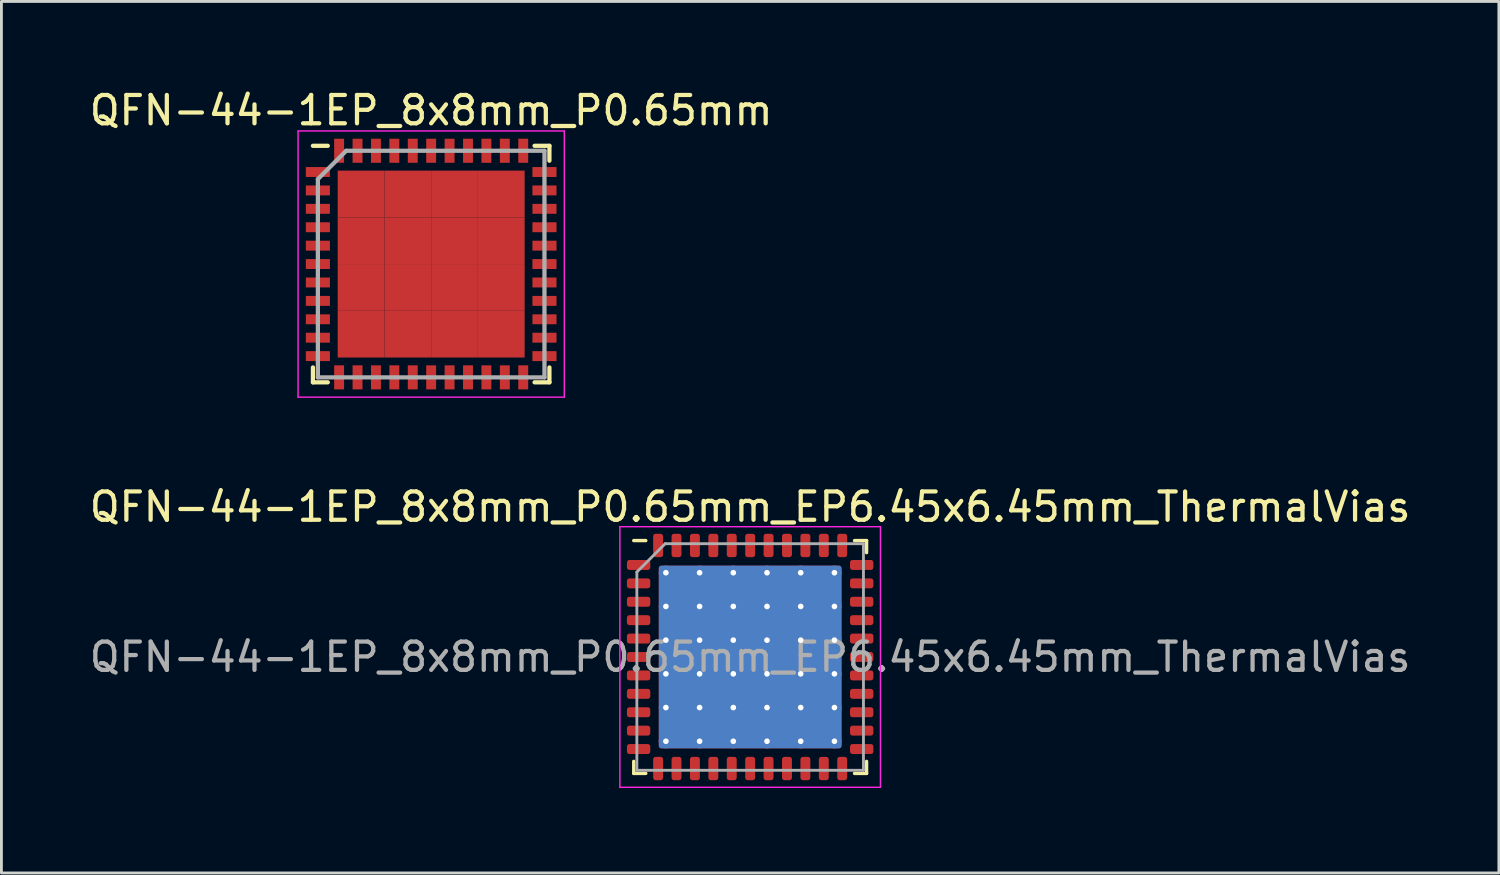
<source format=kicad_pcb>
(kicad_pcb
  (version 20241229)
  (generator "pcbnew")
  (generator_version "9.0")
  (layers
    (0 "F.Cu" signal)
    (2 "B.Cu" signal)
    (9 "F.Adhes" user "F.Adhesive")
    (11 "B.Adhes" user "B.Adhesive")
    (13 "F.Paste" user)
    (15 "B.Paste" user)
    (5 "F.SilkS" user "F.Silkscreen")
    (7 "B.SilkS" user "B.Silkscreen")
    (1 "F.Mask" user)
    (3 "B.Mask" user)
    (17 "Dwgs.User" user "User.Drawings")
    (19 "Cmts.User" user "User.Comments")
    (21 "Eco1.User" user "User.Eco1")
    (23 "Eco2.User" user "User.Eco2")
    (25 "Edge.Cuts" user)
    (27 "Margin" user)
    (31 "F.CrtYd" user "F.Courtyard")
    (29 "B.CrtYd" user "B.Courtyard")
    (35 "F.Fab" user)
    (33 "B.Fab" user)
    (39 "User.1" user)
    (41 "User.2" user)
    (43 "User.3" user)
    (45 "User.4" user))
  (footprint "QFN-44-1EP_8x8mm_P0.65mm"
    (layer "F.Cu")
    (at 12.173 6.273)
    (property "Reference" "QFN-44-1EP_8x8mm_P0.65mm" (at 0 -5.425 0) (layer "F.SilkS") (effects (font (size 1 1) (thickness 0.15))))
    (attr smd)
    (fp_line (start -4.175 -4.175) (end -3.65 -4.175) (stroke (width 0.15) (type solid)) (layer "F.SilkS"))
    (fp_line (start -4.175 4.175) (end -4.175 3.65) (stroke (width 0.15) (type solid)) (layer "F.SilkS"))
    (fp_line (start -4.175 4.175) (end -3.65 4.175) (stroke (width 0.15) (type solid)) (layer "F.SilkS"))
    (fp_line (start 4.175 -4.175) (end 3.65 -4.175) (stroke (width 0.15) (type solid)) (layer "F.SilkS"))
    (fp_line (start 4.175 -4.175) (end 4.175 -3.65) (stroke (width 0.15) (type solid)) (layer "F.SilkS"))
    (fp_line (start 4.175 4.175) (end 3.65 4.175) (stroke (width 0.15) (type solid)) (layer "F.SilkS"))
    (fp_line (start 4.175 4.175) (end 4.175 3.65) (stroke (width 0.15) (type solid)) (layer "F.SilkS"))
    (fp_line (start -4.7 -4.7) (end -4.7 4.7) (stroke (width 0.05) (type solid)) (layer "F.CrtYd"))
    (fp_line (start -4.7 -4.7) (end 4.7 -4.7) (stroke (width 0.05) (type solid)) (layer "F.CrtYd"))
    (fp_line (start -4.7 4.7) (end 4.7 4.7) (stroke (width 0.05) (type solid)) (layer "F.CrtYd"))
    (fp_line (start 4.7 -4.7) (end 4.7 4.7) (stroke (width 0.05) (type solid)) (layer "F.CrtYd"))
    (fp_line (start -4 -3) (end -3 -4) (stroke (width 0.15) (type solid)) (layer "F.Fab"))
    (fp_line (start -4 4) (end -4 -3) (stroke (width 0.15) (type solid)) (layer "F.Fab"))
    (fp_line (start -3 -4) (end 4 -4) (stroke (width 0.15) (type solid)) (layer "F.Fab"))
    (fp_line (start 4 -4) (end 4 4) (stroke (width 0.15) (type solid)) (layer "F.Fab"))
    (fp_line (start 4 4) (end -4 4) (stroke (width 0.15) (type solid)) (layer "F.Fab"))
    (pad "1" smd rect (at -4 -3.25) (size 0.85 0.35) (layers "F.Cu" "F.Mask" "F.Paste"))
    (pad "2" smd rect (at -4 -2.6) (size 0.85 0.35) (layers "F.Cu" "F.Mask" "F.Paste"))
    (pad "3" smd rect (at -4 -1.95) (size 0.85 0.35) (layers "F.Cu" "F.Mask" "F.Paste"))
    (pad "4" smd rect (at -4 -1.3) (size 0.85 0.35) (layers "F.Cu" "F.Mask" "F.Paste"))
    (pad "5" smd rect (at -4 -0.65) (size 0.85 0.35) (layers "F.Cu" "F.Mask" "F.Paste"))
    (pad "6" smd rect (at -4 0) (size 0.85 0.35) (layers "F.Cu" "F.Mask" "F.Paste"))
    (pad "7" smd rect (at -4 0.65) (size 0.85 0.35) (layers "F.Cu" "F.Mask" "F.Paste"))
    (pad "8" smd rect (at -4 1.3) (size 0.85 0.35) (layers "F.Cu" "F.Mask" "F.Paste"))
    (pad "9" smd rect (at -4 1.95) (size 0.85 0.35) (layers "F.Cu" "F.Mask" "F.Paste"))
    (pad "10" smd rect (at -4 2.6) (size 0.85 0.35) (layers "F.Cu" "F.Mask" "F.Paste"))
    (pad "11" smd rect (at -4 3.25) (size 0.85 0.35) (layers "F.Cu" "F.Mask" "F.Paste"))
    (pad "12" smd rect (at -3.25 4 90) (size 0.85 0.35) (layers "F.Cu" "F.Mask" "F.Paste"))
    (pad "13" smd rect (at -2.6 4 90) (size 0.85 0.35) (layers "F.Cu" "F.Mask" "F.Paste"))
    (pad "14" smd rect (at -1.95 4 90) (size 0.85 0.35) (layers "F.Cu" "F.Mask" "F.Paste"))
    (pad "15" smd rect (at -1.3 4 90) (size 0.85 0.35) (layers "F.Cu" "F.Mask" "F.Paste"))
    (pad "16" smd rect (at -0.65 4 90) (size 0.85 0.35) (layers "F.Cu" "F.Mask" "F.Paste"))
    (pad "17" smd rect (at 0 4 90) (size 0.85 0.35) (layers "F.Cu" "F.Mask" "F.Paste"))
    (pad "18" smd rect (at 0.65 4 90) (size 0.85 0.35) (layers "F.Cu" "F.Mask" "F.Paste"))
    (pad "19" smd rect (at 1.3 4 90) (size 0.85 0.35) (layers "F.Cu" "F.Mask" "F.Paste"))
    (pad "20" smd rect (at 1.95 4 90) (size 0.85 0.35) (layers "F.Cu" "F.Mask" "F.Paste"))
    (pad "21" smd rect (at 2.6 4 90) (size 0.85 0.35) (layers "F.Cu" "F.Mask" "F.Paste"))
    (pad "22" smd rect (at 3.25 4 90) (size 0.85 0.35) (layers "F.Cu" "F.Mask" "F.Paste"))
    (pad "23" smd rect (at 4 3.25) (size 0.85 0.35) (layers "F.Cu" "F.Mask" "F.Paste"))
    (pad "24" smd rect (at 4 2.6) (size 0.85 0.35) (layers "F.Cu" "F.Mask" "F.Paste"))
    (pad "25" smd rect (at 4 1.95) (size 0.85 0.35) (layers "F.Cu" "F.Mask" "F.Paste"))
    (pad "26" smd rect (at 4 1.3) (size 0.85 0.35) (layers "F.Cu" "F.Mask" "F.Paste"))
    (pad "27" smd rect (at 4 0.65) (size 0.85 0.35) (layers "F.Cu" "F.Mask" "F.Paste"))
    (pad "28" smd rect (at 4 0) (size 0.85 0.35) (layers "F.Cu" "F.Mask" "F.Paste"))
    (pad "29" smd rect (at 4 -0.65) (size 0.85 0.35) (layers "F.Cu" "F.Mask" "F.Paste"))
    (pad "30" smd rect (at 4 -1.3) (size 0.85 0.35) (layers "F.Cu" "F.Mask" "F.Paste"))
    (pad "31" smd rect (at 4 -1.95) (size 0.85 0.35) (layers "F.Cu" "F.Mask" "F.Paste"))
    (pad "32" smd rect (at 4 -2.6) (size 0.85 0.35) (layers "F.Cu" "F.Mask" "F.Paste"))
    (pad "33" smd rect (at 4 -3.25) (size 0.85 0.35) (layers "F.Cu" "F.Mask" "F.Paste"))
    (pad "34" smd rect (at 3.25 -4 90) (size 0.85 0.35) (layers "F.Cu" "F.Mask" "F.Paste"))
    (pad "35" smd rect (at 2.6 -4 90) (size 0.85 0.35) (layers "F.Cu" "F.Mask" "F.Paste"))
    (pad "36" smd rect (at 1.95 -4 90) (size 0.85 0.35) (layers "F.Cu" "F.Mask" "F.Paste"))
    (pad "37" smd rect (at 1.3 -4 90) (size 0.85 0.35) (layers "F.Cu" "F.Mask" "F.Paste"))
    (pad "38" smd rect (at 0.65 -4 90) (size 0.85 0.35) (layers "F.Cu" "F.Mask" "F.Paste"))
    (pad "39" smd rect (at 0 -4 90) (size 0.85 0.35) (layers "F.Cu" "F.Mask" "F.Paste"))
    (pad "40" smd rect (at -0.65 -4 90) (size 0.85 0.35) (layers "F.Cu" "F.Mask" "F.Paste"))
    (pad "41" smd rect (at -1.3 -4 90) (size 0.85 0.35) (layers "F.Cu" "F.Mask" "F.Paste"))
    (pad "42" smd rect (at -1.95 -4 90) (size 0.85 0.35) (layers "F.Cu" "F.Mask" "F.Paste"))
    (pad "43" smd rect (at -2.6 -4 90) (size 0.85 0.35) (layers "F.Cu" "F.Mask" "F.Paste"))
    (pad "44" smd rect (at -3.25 -4 90) (size 0.85 0.35) (layers "F.Cu" "F.Mask" "F.Paste"))
    (pad "45" smd rect (at -2.475 -2.475) (size 1.65 1.65) (layers "F.Cu" "F.Mask" "F.Paste"))
    (pad "45" smd rect (at -2.475 -0.825) (size 1.65 1.65) (layers "F.Cu" "F.Mask" "F.Paste"))
    (pad "45" smd rect (at -2.475 0.825) (size 1.65 1.65) (layers "F.Cu" "F.Mask" "F.Paste"))
    (pad "45" smd rect (at -2.475 2.475) (size 1.65 1.65) (layers "F.Cu" "F.Mask" "F.Paste"))
    (pad "45" smd rect (at -0.825 -2.475) (size 1.65 1.65) (layers "F.Cu" "F.Mask" "F.Paste"))
    (pad "45" smd rect (at -0.825 -0.825) (size 1.65 1.65) (layers "F.Cu" "F.Mask" "F.Paste"))
    (pad "45" smd rect (at -0.825 0.825) (size 1.65 1.65) (layers "F.Cu" "F.Mask" "F.Paste"))
    (pad "45" smd rect (at -0.825 2.475) (size 1.65 1.65) (layers "F.Cu" "F.Mask" "F.Paste"))
    (pad "45" smd rect (at 0.825 -2.475) (size 1.65 1.65) (layers "F.Cu" "F.Mask" "F.Paste"))
    (pad "45" smd rect (at 0.825 -0.825) (size 1.65 1.65) (layers "F.Cu" "F.Mask" "F.Paste"))
    (pad "45" smd rect (at 0.825 0.825) (size 1.65 1.65) (layers "F.Cu" "F.Mask" "F.Paste"))
    (pad "45" smd rect (at 0.825 2.475) (size 1.65 1.65) (layers "F.Cu" "F.Mask" "F.Paste"))
    (pad "45" smd rect (at 2.475 -2.475) (size 1.65 1.65) (layers "F.Cu" "F.Mask" "F.Paste"))
    (pad "45" smd rect (at 2.475 -0.825) (size 1.65 1.65) (layers "F.Cu" "F.Mask" "F.Paste"))
    (pad "45" smd rect (at 2.475 0.825) (size 1.65 1.65) (layers "F.Cu" "F.Mask" "F.Paste"))
    (pad "45" smd rect (at 2.475 2.475) (size 1.65 1.65) (layers "F.Cu" "F.Mask" "F.Paste")))
  (footprint "QFN-44-1EP_8x8mm_P0.65mm_EP6.45x6.45mm_ThermalVias"
    (layer "F.Cu")
    (at 23.435 20.146)
    (property "Reference" "QFN-44-1EP_8x8mm_P0.65mm_EP6.45x6.45mm_ThermalVias" (at 0 -5.3 0) (layer "F.SilkS") (effects (font (size 1 1) (thickness 0.15))))
    (attr smd)
    (fp_line (start -4.11 4.11) (end -4.11 3.685) (stroke (width 0.12) (type solid)) (layer "F.SilkS"))
    (fp_line (start -3.685 -4.11) (end -4.11 -4.11) (stroke (width 0.12) (type solid)) (layer "F.SilkS"))
    (fp_line (start -3.685 4.11) (end -4.11 4.11) (stroke (width 0.12) (type solid)) (layer "F.SilkS"))
    (fp_line (start 3.685 -4.11) (end 4.11 -4.11) (stroke (width 0.12) (type solid)) (layer "F.SilkS"))
    (fp_line (start 3.685 4.11) (end 4.11 4.11) (stroke (width 0.12) (type solid)) (layer "F.SilkS"))
    (fp_line (start 4.11 -4.11) (end 4.11 -3.685) (stroke (width 0.12) (type solid)) (layer "F.SilkS"))
    (fp_line (start 4.11 4.11) (end 4.11 3.685) (stroke (width 0.12) (type solid)) (layer "F.SilkS"))
    (fp_line (start -4.6 -4.6) (end -4.6 4.6) (stroke (width 0.05) (type solid)) (layer "F.CrtYd"))
    (fp_line (start -4.6 4.6) (end 4.6 4.6) (stroke (width 0.05) (type solid)) (layer "F.CrtYd"))
    (fp_line (start 4.6 -4.6) (end -4.6 -4.6) (stroke (width 0.05) (type solid)) (layer "F.CrtYd"))
    (fp_line (start 4.6 4.6) (end 4.6 -4.6) (stroke (width 0.05) (type solid)) (layer "F.CrtYd"))
    (fp_line (start -4 -3) (end -3 -4) (stroke (width 0.1) (type solid)) (layer "F.Fab"))
    (fp_line (start -4 4) (end -4 -3) (stroke (width 0.1) (type solid)) (layer "F.Fab"))
    (fp_line (start -3 -4) (end 4 -4) (stroke (width 0.1) (type solid)) (layer "F.Fab"))
    (fp_line (start 4 -4) (end 4 4) (stroke (width 0.1) (type solid)) (layer "F.Fab"))
    (fp_line (start 4 4) (end -4 4) (stroke (width 0.1) (type solid)) (layer "F.Fab"))
    (fp_text user "${REFERENCE}" (at 0 0 0) (layer "F.Fab") (effects (font (size 1 1) (thickness 0.15))))
    (pad "" smd roundrect (at -2.38 -2.38) (size 0.999 0.999) (layers "F.Paste") (roundrect_rratio 0.25))
    (pad "" smd roundrect (at -2.38 -1.19) (size 0.999 0.999) (layers "F.Paste") (roundrect_rratio 0.25))
    (pad "" smd roundrect (at -2.38 0) (size 0.999 0.999) (layers "F.Paste") (roundrect_rratio 0.25))
    (pad "" smd roundrect (at -2.38 1.19) (size 0.999 0.999) (layers "F.Paste") (roundrect_rratio 0.25))
    (pad "" smd roundrect (at -2.38 2.38) (size 0.999 0.999) (layers "F.Paste") (roundrect_rratio 0.25))
    (pad "" smd roundrect (at -1.19 -2.38) (size 0.999 0.999) (layers "F.Paste") (roundrect_rratio 0.25))
    (pad "" smd roundrect (at -1.19 -1.19) (size 0.999 0.999) (layers "F.Paste") (roundrect_rratio 0.25))
    (pad "" smd roundrect (at -1.19 0) (size 0.999 0.999) (layers "F.Paste") (roundrect_rratio 0.25))
    (pad "" smd roundrect (at -1.19 1.19) (size 0.999 0.999) (layers "F.Paste") (roundrect_rratio 0.25))
    (pad "" smd roundrect (at -1.19 2.38) (size 0.999 0.999) (layers "F.Paste") (roundrect_rratio 0.25))
    (pad "" smd roundrect (at 0 -2.38) (size 0.999 0.999) (layers "F.Paste") (roundrect_rratio 0.25))
    (pad "" smd roundrect (at 0 -1.19) (size 0.999 0.999) (layers "F.Paste") (roundrect_rratio 0.25))
    (pad "" smd roundrect (at 0 0) (size 0.999 0.999) (layers "F.Paste") (roundrect_rratio 0.25))
    (pad "" smd roundrect (at 0 1.19) (size 0.999 0.999) (layers "F.Paste") (roundrect_rratio 0.25))
    (pad "" smd roundrect (at 0 2.38) (size 0.999 0.999) (layers "F.Paste") (roundrect_rratio 0.25))
    (pad "" smd roundrect (at 1.19 -2.38) (size 0.999 0.999) (layers "F.Paste") (roundrect_rratio 0.25))
    (pad "" smd roundrect (at 1.19 -1.19) (size 0.999 0.999) (layers "F.Paste") (roundrect_rratio 0.25))
    (pad "" smd roundrect (at 1.19 0) (size 0.999 0.999) (layers "F.Paste") (roundrect_rratio 0.25))
    (pad "" smd roundrect (at 1.19 1.19) (size 0.999 0.999) (layers "F.Paste") (roundrect_rratio 0.25))
    (pad "" smd roundrect (at 1.19 2.38) (size 0.999 0.999) (layers "F.Paste") (roundrect_rratio 0.25))
    (pad "" smd roundrect (at 2.38 -2.38) (size 0.999 0.999) (layers "F.Paste") (roundrect_rratio 0.25))
    (pad "" smd roundrect (at 2.38 -1.19) (size 0.999 0.999) (layers "F.Paste") (roundrect_rratio 0.25))
    (pad "" smd roundrect (at 2.38 0) (size 0.999 0.999) (layers "F.Paste") (roundrect_rratio 0.25))
    (pad "" smd roundrect (at 2.38 1.19) (size 0.999 0.999) (layers "F.Paste") (roundrect_rratio 0.25))
    (pad "" smd roundrect (at 2.38 2.38) (size 0.999 0.999) (layers "F.Paste") (roundrect_rratio 0.25))
    (pad "1" smd roundrect (at -3.938 -3.25) (size 0.825 0.35) (layers "F.Cu" "F.Mask" "F.Paste") (roundrect_rratio 0.25))
    (pad "2" smd roundrect (at -3.938 -2.6) (size 0.825 0.35) (layers "F.Cu" "F.Mask" "F.Paste") (roundrect_rratio 0.25))
    (pad "3" smd roundrect (at -3.938 -1.95) (size 0.825 0.35) (layers "F.Cu" "F.Mask" "F.Paste") (roundrect_rratio 0.25))
    (pad "4" smd roundrect (at -3.938 -1.3) (size 0.825 0.35) (layers "F.Cu" "F.Mask" "F.Paste") (roundrect_rratio 0.25))
    (pad "5" smd roundrect (at -3.938 -0.65) (size 0.825 0.35) (layers "F.Cu" "F.Mask" "F.Paste") (roundrect_rratio 0.25))
    (pad "6" smd roundrect (at -3.938 0) (size 0.825 0.35) (layers "F.Cu" "F.Mask" "F.Paste") (roundrect_rratio 0.25))
    (pad "7" smd roundrect (at -3.938 0.65) (size 0.825 0.35) (layers "F.Cu" "F.Mask" "F.Paste") (roundrect_rratio 0.25))
    (pad "8" smd roundrect (at -3.938 1.3) (size 0.825 0.35) (layers "F.Cu" "F.Mask" "F.Paste") (roundrect_rratio 0.25))
    (pad "9" smd roundrect (at -3.938 1.95) (size 0.825 0.35) (layers "F.Cu" "F.Mask" "F.Paste") (roundrect_rratio 0.25))
    (pad "10" smd roundrect (at -3.938 2.6) (size 0.825 0.35) (layers "F.Cu" "F.Mask" "F.Paste") (roundrect_rratio 0.25))
    (pad "11" smd roundrect (at -3.938 3.25) (size 0.825 0.35) (layers "F.Cu" "F.Mask" "F.Paste") (roundrect_rratio 0.25))
    (pad "12" smd roundrect (at -3.25 3.938) (size 0.35 0.825) (layers "F.Cu" "F.Mask" "F.Paste") (roundrect_rratio 0.25))
    (pad "13" smd roundrect (at -2.6 3.938) (size 0.35 0.825) (layers "F.Cu" "F.Mask" "F.Paste") (roundrect_rratio 0.25))
    (pad "14" smd roundrect (at -1.95 3.938) (size 0.35 0.825) (layers "F.Cu" "F.Mask" "F.Paste") (roundrect_rratio 0.25))
    (pad "15" smd roundrect (at -1.3 3.938) (size 0.35 0.825) (layers "F.Cu" "F.Mask" "F.Paste") (roundrect_rratio 0.25))
    (pad "16" smd roundrect (at -0.65 3.938) (size 0.35 0.825) (layers "F.Cu" "F.Mask" "F.Paste") (roundrect_rratio 0.25))
    (pad "17" smd roundrect (at 0 3.938) (size 0.35 0.825) (layers "F.Cu" "F.Mask" "F.Paste") (roundrect_rratio 0.25))
    (pad "18" smd roundrect (at 0.65 3.938) (size 0.35 0.825) (layers "F.Cu" "F.Mask" "F.Paste") (roundrect_rratio 0.25))
    (pad "19" smd roundrect (at 1.3 3.938) (size 0.35 0.825) (layers "F.Cu" "F.Mask" "F.Paste") (roundrect_rratio 0.25))
    (pad "20" smd roundrect (at 1.95 3.938) (size 0.35 0.825) (layers "F.Cu" "F.Mask" "F.Paste") (roundrect_rratio 0.25))
    (pad "21" smd roundrect (at 2.6 3.938) (size 0.35 0.825) (layers "F.Cu" "F.Mask" "F.Paste") (roundrect_rratio 0.25))
    (pad "22" smd roundrect (at 3.25 3.938) (size 0.35 0.825) (layers "F.Cu" "F.Mask" "F.Paste") (roundrect_rratio 0.25))
    (pad "23" smd roundrect (at 3.938 3.25) (size 0.825 0.35) (layers "F.Cu" "F.Mask" "F.Paste") (roundrect_rratio 0.25))
    (pad "24" smd roundrect (at 3.938 2.6) (size 0.825 0.35) (layers "F.Cu" "F.Mask" "F.Paste") (roundrect_rratio 0.25))
    (pad "25" smd roundrect (at 3.938 1.95) (size 0.825 0.35) (layers "F.Cu" "F.Mask" "F.Paste") (roundrect_rratio 0.25))
    (pad "26" smd roundrect (at 3.938 1.3) (size 0.825 0.35) (layers "F.Cu" "F.Mask" "F.Paste") (roundrect_rratio 0.25))
    (pad "27" smd roundrect (at 3.938 0.65) (size 0.825 0.35) (layers "F.Cu" "F.Mask" "F.Paste") (roundrect_rratio 0.25))
    (pad "28" smd roundrect (at 3.938 0) (size 0.825 0.35) (layers "F.Cu" "F.Mask" "F.Paste") (roundrect_rratio 0.25))
    (pad "29" smd roundrect (at 3.938 -0.65) (size 0.825 0.35) (layers "F.Cu" "F.Mask" "F.Paste") (roundrect_rratio 0.25))
    (pad "30" smd roundrect (at 3.938 -1.3) (size 0.825 0.35) (layers "F.Cu" "F.Mask" "F.Paste") (roundrect_rratio 0.25))
    (pad "31" smd roundrect (at 3.938 -1.95) (size 0.825 0.35) (layers "F.Cu" "F.Mask" "F.Paste") (roundrect_rratio 0.25))
    (pad "32" smd roundrect (at 3.938 -2.6) (size 0.825 0.35) (layers "F.Cu" "F.Mask" "F.Paste") (roundrect_rratio 0.25))
    (pad "33" smd roundrect (at 3.938 -3.25) (size 0.825 0.35) (layers "F.Cu" "F.Mask" "F.Paste") (roundrect_rratio 0.25))
    (pad "34" smd roundrect (at 3.25 -3.938) (size 0.35 0.825) (layers "F.Cu" "F.Mask" "F.Paste") (roundrect_rratio 0.25))
    (pad "35" smd roundrect (at 2.6 -3.938) (size 0.35 0.825) (layers "F.Cu" "F.Mask" "F.Paste") (roundrect_rratio 0.25))
    (pad "36" smd roundrect (at 1.95 -3.938) (size 0.35 0.825) (layers "F.Cu" "F.Mask" "F.Paste") (roundrect_rratio 0.25))
    (pad "37" smd roundrect (at 1.3 -3.938) (size 0.35 0.825) (layers "F.Cu" "F.Mask" "F.Paste") (roundrect_rratio 0.25))
    (pad "38" smd roundrect (at 0.65 -3.938) (size 0.35 0.825) (layers "F.Cu" "F.Mask" "F.Paste") (roundrect_rratio 0.25))
    (pad "39" smd roundrect (at 0 -3.938) (size 0.35 0.825) (layers "F.Cu" "F.Mask" "F.Paste") (roundrect_rratio 0.25))
    (pad "40" smd roundrect (at -0.65 -3.938) (size 0.35 0.825) (layers "F.Cu" "F.Mask" "F.Paste") (roundrect_rratio 0.25))
    (pad "41" smd roundrect (at -1.3 -3.938) (size 0.35 0.825) (layers "F.Cu" "F.Mask" "F.Paste") (roundrect_rratio 0.25))
    (pad "42" smd roundrect (at -1.95 -3.938) (size 0.35 0.825) (layers "F.Cu" "F.Mask" "F.Paste") (roundrect_rratio 0.25))
    (pad "43" smd roundrect (at -2.6 -3.938) (size 0.35 0.825) (layers "F.Cu" "F.Mask" "F.Paste") (roundrect_rratio 0.25))
    (pad "44" smd roundrect (at -3.25 -3.938) (size 0.35 0.825) (layers "F.Cu" "F.Mask" "F.Paste") (roundrect_rratio 0.25))
    (pad "45" thru_hole circle (at -2.975 -2.975) (size 0.5 0.5) (drill 0.2) (layers "*.Cu"))
    (pad "45" thru_hole circle (at -2.975 -1.785) (size 0.5 0.5) (drill 0.2) (layers "*.Cu"))
    (pad "45" thru_hole circle (at -2.975 -0.595) (size 0.5 0.5) (drill 0.2) (layers "*.Cu"))
    (pad "45" thru_hole circle (at -2.975 0.595) (size 0.5 0.5) (drill 0.2) (layers "*.Cu"))
    (pad "45" thru_hole circle (at -2.975 1.785) (size 0.5 0.5) (drill 0.2) (layers "*.Cu"))
    (pad "45" thru_hole circle (at -2.975 2.975) (size 0.5 0.5) (drill 0.2) (layers "*.Cu"))
    (pad "45" thru_hole circle (at -1.785 -2.975) (size 0.5 0.5) (drill 0.2) (layers "*.Cu"))
    (pad "45" thru_hole circle (at -1.785 -1.785) (size 0.5 0.5) (drill 0.2) (layers "*.Cu"))
    (pad "45" thru_hole circle (at -1.785 -0.595) (size 0.5 0.5) (drill 0.2) (layers "*.Cu"))
    (pad "45" thru_hole circle (at -1.785 0.595) (size 0.5 0.5) (drill 0.2) (layers "*.Cu"))
    (pad "45" thru_hole circle (at -1.785 1.785) (size 0.5 0.5) (drill 0.2) (layers "*.Cu"))
    (pad "45" thru_hole circle (at -1.785 2.975) (size 0.5 0.5) (drill 0.2) (layers "*.Cu"))
    (pad "45" thru_hole circle (at -0.595 -2.975) (size 0.5 0.5) (drill 0.2) (layers "*.Cu"))
    (pad "45" thru_hole circle (at -0.595 -1.785) (size 0.5 0.5) (drill 0.2) (layers "*.Cu"))
    (pad "45" thru_hole circle (at -0.595 -0.595) (size 0.5 0.5) (drill 0.2) (layers "*.Cu"))
    (pad "45" thru_hole circle (at -0.595 0.595) (size 0.5 0.5) (drill 0.2) (layers "*.Cu"))
    (pad "45" thru_hole circle (at -0.595 1.785) (size 0.5 0.5) (drill 0.2) (layers "*.Cu"))
    (pad "45" thru_hole circle (at -0.595 2.975) (size 0.5 0.5) (drill 0.2) (layers "*.Cu"))
    (pad "45" smd roundrect (at 0 0) (size 6.45 6.45) (layers "F.Cu" "F.Mask") (roundrect_rratio 0.014))
    (pad "45" smd roundrect (at 0 0) (size 6.45 6.45) (layers "B.Cu") (roundrect_rratio 0.014))
    (pad "45" thru_hole circle (at 0.595 -2.975) (size 0.5 0.5) (drill 0.2) (layers "*.Cu"))
    (pad "45" thru_hole circle (at 0.595 -1.785) (size 0.5 0.5) (drill 0.2) (layers "*.Cu"))
    (pad "45" thru_hole circle (at 0.595 -0.595) (size 0.5 0.5) (drill 0.2) (layers "*.Cu"))
    (pad "45" thru_hole circle (at 0.595 0.595) (size 0.5 0.5) (drill 0.2) (layers "*.Cu"))
    (pad "45" thru_hole circle (at 0.595 1.785) (size 0.5 0.5) (drill 0.2) (layers "*.Cu"))
    (pad "45" thru_hole circle (at 0.595 2.975) (size 0.5 0.5) (drill 0.2) (layers "*.Cu"))
    (pad "45" thru_hole circle (at 1.785 -2.975) (size 0.5 0.5) (drill 0.2) (layers "*.Cu"))
    (pad "45" thru_hole circle (at 1.785 -1.785) (size 0.5 0.5) (drill 0.2) (layers "*.Cu"))
    (pad "45" thru_hole circle (at 1.785 -0.595) (size 0.5 0.5) (drill 0.2) (layers "*.Cu"))
    (pad "45" thru_hole circle (at 1.785 0.595) (size 0.5 0.5) (drill 0.2) (layers "*.Cu"))
    (pad "45" thru_hole circle (at 1.785 1.785) (size 0.5 0.5) (drill 0.2) (layers "*.Cu"))
    (pad "45" thru_hole circle (at 1.785 2.975) (size 0.5 0.5) (drill 0.2) (layers "*.Cu"))
    (pad "45" thru_hole circle (at 2.975 -2.975) (size 0.5 0.5) (drill 0.2) (layers "*.Cu"))
    (pad "45" thru_hole circle (at 2.975 -1.785) (size 0.5 0.5) (drill 0.2) (layers "*.Cu"))
    (pad "45" thru_hole circle (at 2.975 -0.595) (size 0.5 0.5) (drill 0.2) (layers "*.Cu"))
    (pad "45" thru_hole circle (at 2.975 0.595) (size 0.5 0.5) (drill 0.2) (layers "*.Cu"))
    (pad "45" thru_hole circle (at 2.975 1.785) (size 0.5 0.5) (drill 0.2) (layers "*.Cu"))
    (pad "45" thru_hole circle (at 2.975 2.975) (size 0.5 0.5) (drill 0.2) (layers "*.Cu")))
  (gr_rect
    (start -3 -3)
    (end 49.869 27.771)
    (stroke (width 0.1) (type default))
    (fill no)
    (layer "Edge.Cuts")))
</source>
